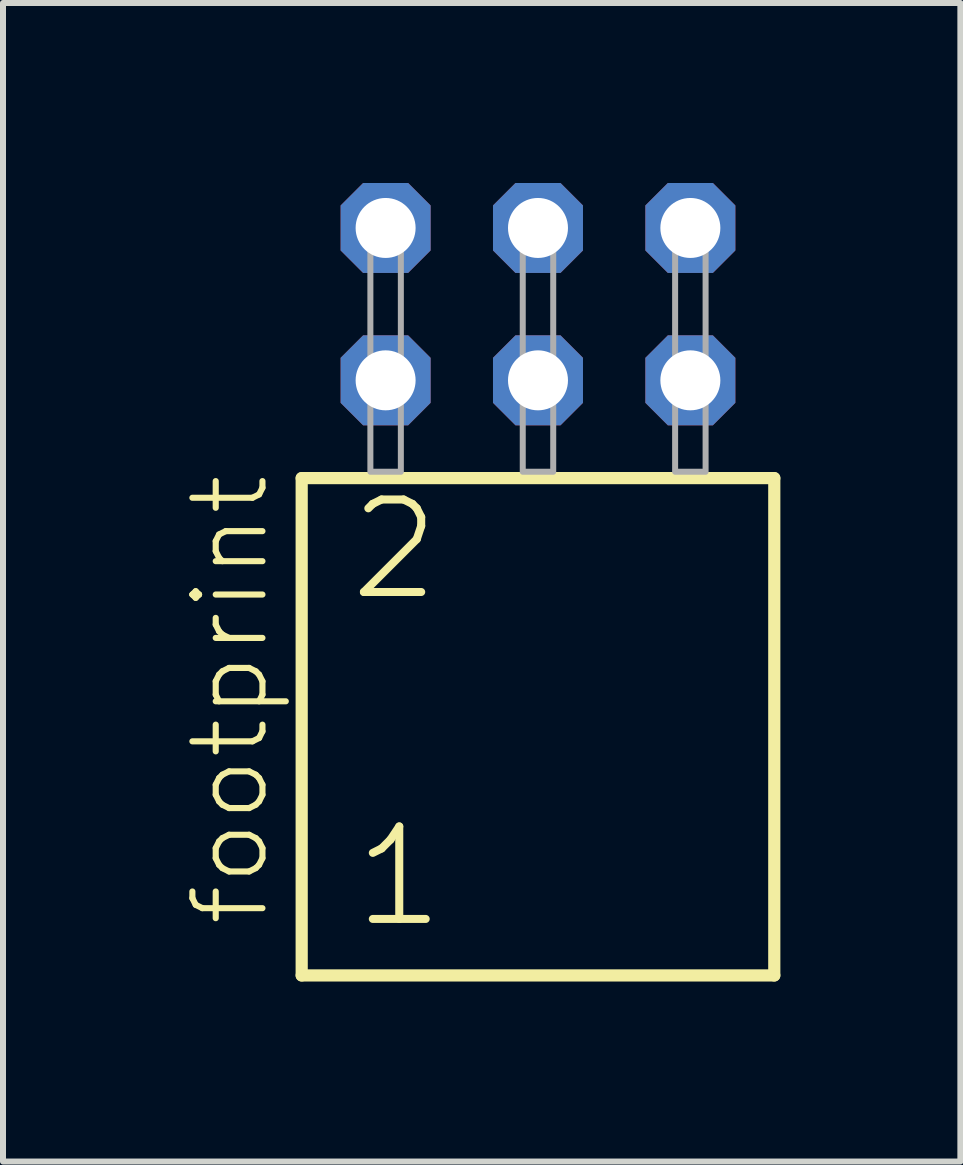
<source format=kicad_pcb>
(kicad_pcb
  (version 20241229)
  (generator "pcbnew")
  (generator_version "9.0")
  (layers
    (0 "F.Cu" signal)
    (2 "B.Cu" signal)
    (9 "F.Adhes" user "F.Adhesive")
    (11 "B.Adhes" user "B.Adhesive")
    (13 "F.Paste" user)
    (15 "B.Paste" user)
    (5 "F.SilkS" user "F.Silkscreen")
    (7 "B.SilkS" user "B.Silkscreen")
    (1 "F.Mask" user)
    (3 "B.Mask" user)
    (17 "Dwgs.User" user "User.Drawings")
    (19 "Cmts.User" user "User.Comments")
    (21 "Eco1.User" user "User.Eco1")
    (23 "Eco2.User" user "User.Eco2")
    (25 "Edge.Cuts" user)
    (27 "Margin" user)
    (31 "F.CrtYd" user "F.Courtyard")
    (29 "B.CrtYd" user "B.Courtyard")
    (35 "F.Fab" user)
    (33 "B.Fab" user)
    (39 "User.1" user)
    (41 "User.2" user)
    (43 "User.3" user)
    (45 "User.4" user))
  (footprint "footprint"
    (layer "F.Cu")
    (at 5.918 4.814)
    (property "Reference" "footprint" (at -4.445 7.62 90) (layer "F.SilkS") (effects (font (size 1.168 1.168) (thickness 0.102)) (justify left bottom)))
    (fp_line (start -3.939 0.106) (end -3.939 8.396) (stroke (width 0.203) (type solid)) (layer "F.SilkS"))
    (fp_line (start -3.939 8.396) (end 3.939 8.396) (stroke (width 0.203) (type solid)) (layer "F.SilkS"))
    (fp_line (start 3.939 0.106) (end -3.939 0.106) (stroke (width 0.203) (type solid)) (layer "F.SilkS"))
    (fp_line (start 3.939 8.396) (end 3.939 0.106) (stroke (width 0.203) (type solid)) (layer "F.SilkS"))
    (fp_poly (pts (xy -2.794 0) (xy -2.286 0) (xy -2.286 -4.318) (xy -2.794 -4.318)) (stroke (width 0.1) (type solid)) (fill no) (layer "F.Fab"))
    (fp_poly (pts (xy -0.254 0) (xy 0.254 0) (xy 0.254 -4.318) (xy -0.254 -4.318)) (stroke (width 0.1) (type solid)) (fill no) (layer "F.Fab"))
    (fp_poly (pts (xy 2.286 0) (xy 2.794 0) (xy 2.794 -4.318) (xy 2.286 -4.318)) (stroke (width 0.1) (type solid)) (fill no) (layer "F.Fab"))
    (fp_text user "2" (at -3.21 2.2 0) (layer "F.SilkS") (effects (font (size 1.542 1.542) (thickness 0.134)) (justify left bottom)))
    (fp_text user "1" (at -3.135 7.65 0) (layer "F.SilkS") (effects (font (size 1.542 1.542) (thickness 0.134)) (justify left bottom)))
    (pad "1" thru_hole roundrect (at -2.54 -1.524) (size 1.5 1.5) (drill 1) (layers "*.Cu" "*.Mask") (roundrect_rratio 0.25) (chamfer_ratio 0.25) (chamfer top_left top_right bottom_left bottom_right))
    (pad "2" thru_hole roundrect (at -2.54 -4.064) (size 1.5 1.5) (drill 1) (layers "*.Cu" "*.Mask") (roundrect_rratio 0.25) (chamfer_ratio 0.25) (chamfer top_left top_right bottom_left bottom_right))
    (pad "3" thru_hole roundrect (at 0 -1.524) (size 1.5 1.5) (drill 1) (layers "*.Cu" "*.Mask") (roundrect_rratio 0.25) (chamfer_ratio 0.25) (chamfer top_left top_right bottom_left bottom_right))
    (pad "4" thru_hole roundrect (at 0 -4.064) (size 1.5 1.5) (drill 1) (layers "*.Cu" "*.Mask") (roundrect_rratio 0.25) (chamfer_ratio 0.25) (chamfer top_left top_right bottom_left bottom_right))
    (pad "5" thru_hole roundrect (at 2.54 -1.524) (size 1.5 1.5) (drill 1) (layers "*.Cu" "*.Mask") (roundrect_rratio 0.25) (chamfer_ratio 0.25) (chamfer top_left top_right bottom_left bottom_right))
    (pad "6" thru_hole roundrect (at 2.54 -4.064) (size 1.5 1.5) (drill 1) (layers "*.Cu" "*.Mask") (roundrect_rratio 0.25) (chamfer_ratio 0.25) (chamfer top_left top_right bottom_left bottom_right)))
  (gr_rect
    (start -3 -3)
    (end 12.959 16.312)
    (stroke (width 0.1) (type default))
    (fill no)
    (layer "Edge.Cuts")))
</source>
